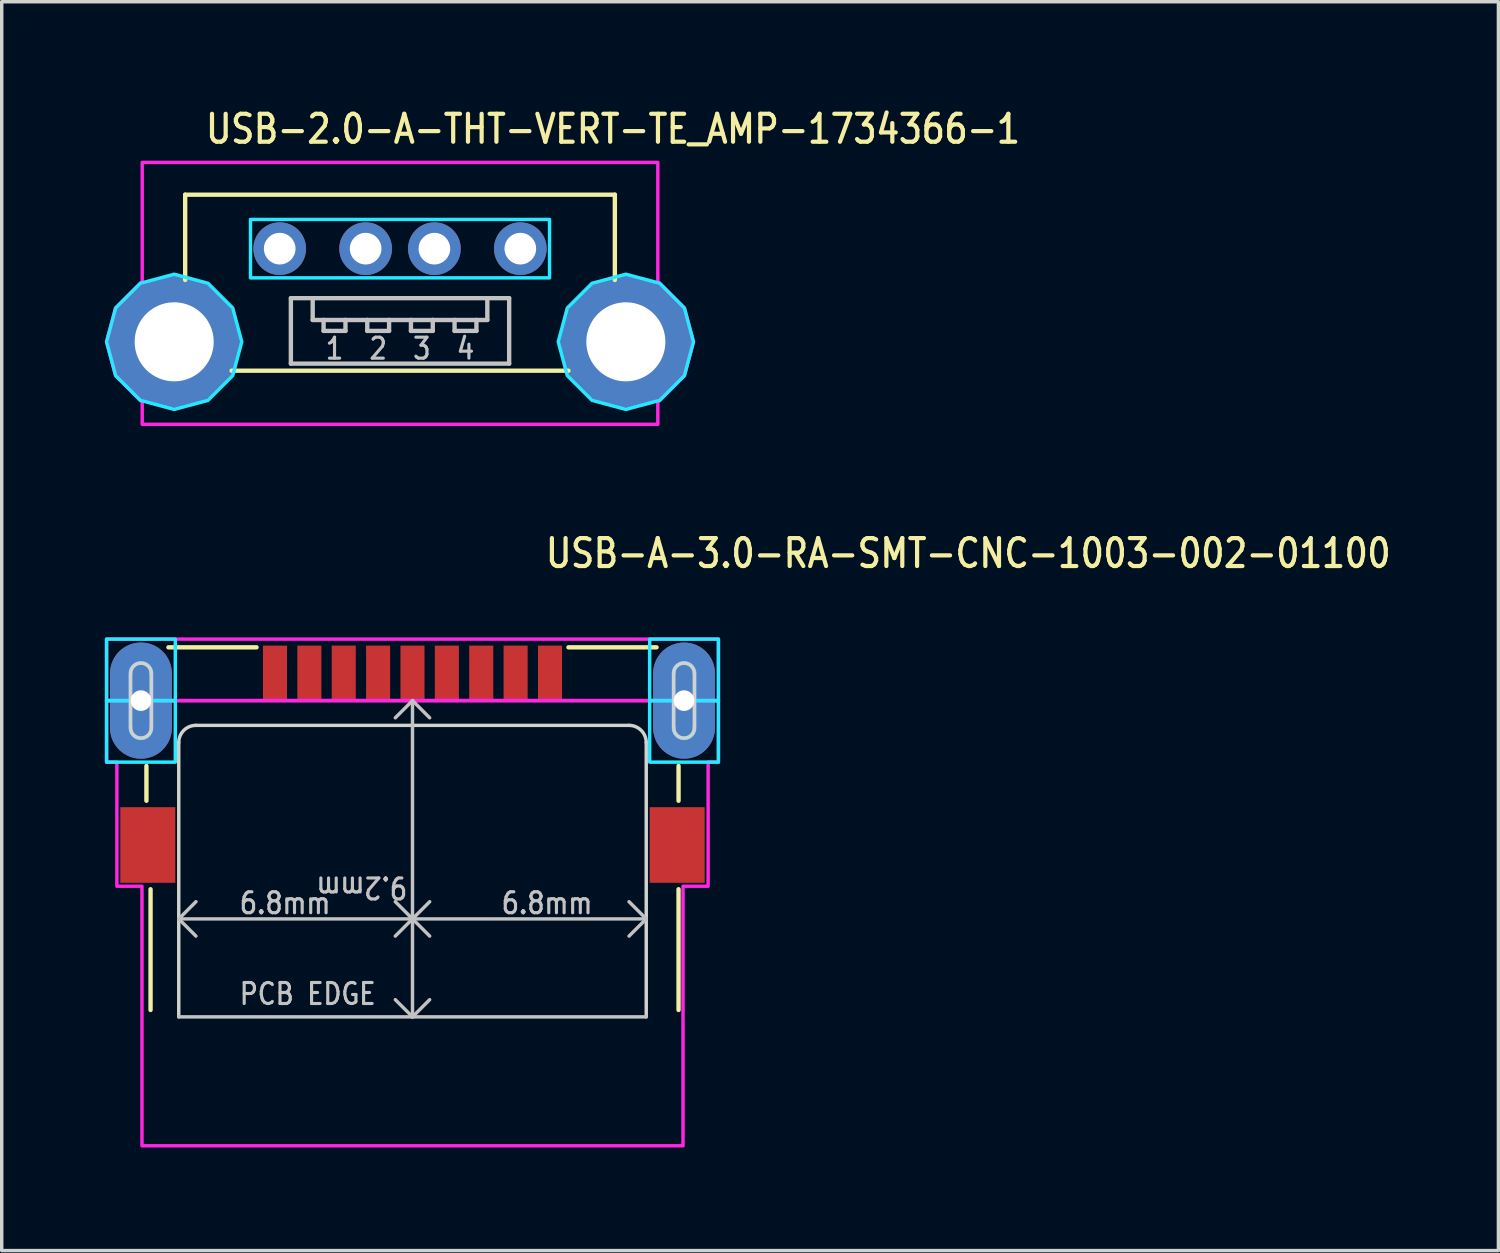
<source format=kicad_pcb>
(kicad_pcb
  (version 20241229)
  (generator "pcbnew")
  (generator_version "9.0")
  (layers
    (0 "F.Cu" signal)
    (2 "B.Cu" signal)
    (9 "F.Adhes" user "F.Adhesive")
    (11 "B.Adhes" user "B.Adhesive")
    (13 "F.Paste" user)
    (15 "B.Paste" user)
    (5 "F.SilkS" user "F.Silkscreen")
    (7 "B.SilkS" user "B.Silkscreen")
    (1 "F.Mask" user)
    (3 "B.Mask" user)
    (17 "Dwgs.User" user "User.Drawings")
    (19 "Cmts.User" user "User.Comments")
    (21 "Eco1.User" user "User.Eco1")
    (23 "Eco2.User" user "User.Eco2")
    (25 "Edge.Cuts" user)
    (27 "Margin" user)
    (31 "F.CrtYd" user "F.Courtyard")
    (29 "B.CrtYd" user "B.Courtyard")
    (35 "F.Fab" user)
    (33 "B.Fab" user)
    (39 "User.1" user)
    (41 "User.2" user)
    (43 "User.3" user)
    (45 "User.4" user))
  (footprint "USB-A-3.0-RA-SMT-CNC-1003-002-01100"
    (layer "F.Cu")
    (at 8.95 17.332)
    (property "Reference" "USB-A-3.0-RA-SMT-CNC-1003-002-01100" (at 3.81 -3.81 0) (unlocked yes) (layer "F.SilkS") (effects (font (size 0.813 0.695) (thickness 0.122)) (justify left bottom)))
    (fp_circle (center -7.9 -0.79) (end -8.8 -0.79) (stroke (width 0) (type solid)) (fill yes) (layer "F.Cu"))
    (fp_circle (center -7.9 0.79) (end -7 0.79) (stroke (width 0) (type solid)) (fill yes) (layer "F.Cu"))
    (fp_circle (center 7.9 -0.79) (end 7 -0.79) (stroke (width 0) (type solid)) (fill yes) (layer "F.Cu"))
    (fp_circle (center 7.9 0.79) (end 8.8 0.79) (stroke (width 0) (type solid)) (fill yes) (layer "F.Cu"))
    (fp_poly (pts (xy -8.8 -0.79) (xy -7 -0.79) (xy -7 0.79) (xy -8.8 0.79)) (stroke (width 0) (type solid)) (fill yes) (layer "F.Cu"))
    (fp_poly (pts (xy 7 -0.79) (xy 8.8 -0.79) (xy 8.8 0.79) (xy 7 0.79)) (stroke (width 0) (type solid)) (fill yes) (layer "F.Cu"))
    (fp_circle (center -7.9 -0.79) (end -8.9 -0.79) (stroke (width 0) (type solid)) (fill yes) (layer "F.Mask"))
    (fp_circle (center -7.9 0.79) (end -6.9 0.79) (stroke (width 0) (type solid)) (fill yes) (layer "F.Mask"))
    (fp_circle (center 7.9 -0.79) (end 6.9 -0.79) (stroke (width 0) (type solid)) (fill yes) (layer "F.Mask"))
    (fp_circle (center 7.9 0.79) (end 8.9 0.79) (stroke (width 0) (type solid)) (fill yes) (layer "F.Mask"))
    (fp_poly (pts (xy -8.9 -0.79) (xy -6.9 -0.79) (xy -6.9 0.79) (xy -8.9 0.79)) (stroke (width 0) (type solid)) (fill yes) (layer "F.Mask"))
    (fp_poly (pts (xy 6.9 -0.79) (xy 8.9 -0.79) (xy 8.9 0.79) (xy 6.9 0.79)) (stroke (width 0) (type solid)) (fill yes) (layer "F.Mask"))
    (fp_circle (center -7.9 -0.79) (end -7 -0.79) (stroke (width 0) (type solid)) (fill yes) (layer "B.Cu"))
    (fp_circle (center -7.9 0.79) (end -8.8 0.79) (stroke (width 0) (type solid)) (fill yes) (layer "B.Cu"))
    (fp_circle (center 7.9 -0.79) (end 8.8 -0.79) (stroke (width 0) (type solid)) (fill yes) (layer "B.Cu"))
    (fp_circle (center 7.9 0.79) (end 7 0.79) (stroke (width 0) (type solid)) (fill yes) (layer "B.Cu"))
    (fp_poly (pts (xy -7 -0.79) (xy -8.8 -0.79) (xy -8.8 0.79) (xy -7 0.79)) (stroke (width 0) (type solid)) (fill yes) (layer "B.Cu"))
    (fp_poly (pts (xy 8.8 -0.79) (xy 7 -0.79) (xy 7 0.79) (xy 8.8 0.79)) (stroke (width 0) (type solid)) (fill yes) (layer "B.Cu"))
    (fp_circle (center -7.9 -0.79) (end -6.9 -0.79) (stroke (width 0) (type solid)) (fill yes) (layer "B.Mask"))
    (fp_circle (center -7.9 0.79) (end -8.9 0.79) (stroke (width 0) (type solid)) (fill yes) (layer "B.Mask"))
    (fp_circle (center 7.9 -0.79) (end 8.9 -0.79) (stroke (width 0) (type solid)) (fill yes) (layer "B.Mask"))
    (fp_circle (center 7.9 0.79) (end 6.9 0.79) (stroke (width 0) (type solid)) (fill yes) (layer "B.Mask"))
    (fp_poly (pts (xy -6.9 -0.79) (xy -8.9 -0.79) (xy -8.9 0.79) (xy -6.9 0.79)) (stroke (width 0) (type solid)) (fill yes) (layer "B.Mask"))
    (fp_poly (pts (xy 8.9 -0.79) (xy 6.9 -0.79) (xy 6.9 0.79) (xy 8.9 0.79)) (stroke (width 0) (type solid)) (fill yes) (layer "B.Mask"))
    (fp_line (start -7.74 1.9) (end -7.74 2.913) (stroke (width 0.127) (type solid)) (layer "F.SilkS"))
    (fp_line (start -7.62 5.487) (end -7.62 9) (stroke (width 0.127) (type solid)) (layer "F.SilkS"))
    (fp_line (start -7.1 -1.55) (end -4.537 -1.55) (stroke (width 0.127) (type solid)) (layer "F.SilkS"))
    (fp_line (start 4.537 -1.55) (end 7.1 -1.55) (stroke (width 0.127) (type solid)) (layer "F.SilkS"))
    (fp_line (start 7.74 1.9) (end 7.74 2.913) (stroke (width 0.127) (type solid)) (layer "F.SilkS"))
    (fp_line (start 7.74 5.487) (end 7.74 9) (stroke (width 0.127) (type solid)) (layer "F.SilkS"))
    (fp_line (start -6.8 6.35) (end -6.3 5.85) (stroke (width 0.1) (type solid)) (layer "Dwgs.User"))
    (fp_line (start -6.8 6.35) (end -6.3 6.85) (stroke (width 0.1) (type solid)) (layer "Dwgs.User"))
    (fp_line (start -6.8 6.35) (end 0 6.35) (stroke (width 0.1) (type solid)) (layer "Dwgs.User"))
    (fp_line (start -6.8 9.2) (end 0 9.2) (stroke (width 0.1) (type solid)) (layer "Dwgs.User"))
    (fp_line (start 0 0) (end -0.5 0.5) (stroke (width 0.1) (type solid)) (layer "Dwgs.User"))
    (fp_line (start 0 0) (end 0 6.35) (stroke (width 0.1) (type solid)) (layer "Dwgs.User"))
    (fp_line (start 0 0) (end 0.5 0.5) (stroke (width 0.1) (type solid)) (layer "Dwgs.User"))
    (fp_line (start 0 6.35) (end -0.5 5.85) (stroke (width 0.1) (type solid)) (layer "Dwgs.User"))
    (fp_line (start 0 6.35) (end -0.5 6.85) (stroke (width 0.1) (type solid)) (layer "Dwgs.User"))
    (fp_line (start 0 6.35) (end 0 9.2) (stroke (width 0.1) (type solid)) (layer "Dwgs.User"))
    (fp_line (start 0 6.35) (end 0.5 5.85) (stroke (width 0.1) (type solid)) (layer "Dwgs.User"))
    (fp_line (start 0 6.35) (end 0.5 6.85) (stroke (width 0.1) (type solid)) (layer "Dwgs.User"))
    (fp_line (start 0 6.35) (end 6.8 6.35) (stroke (width 0.1) (type solid)) (layer "Dwgs.User"))
    (fp_line (start 0 9.2) (end -0.5 8.7) (stroke (width 0.1) (type solid)) (layer "Dwgs.User"))
    (fp_line (start 0 9.2) (end 0.5 8.7) (stroke (width 0.1) (type solid)) (layer "Dwgs.User"))
    (fp_line (start 0 9.2) (end 6.8 9.2) (stroke (width 0.1) (type solid)) (layer "Dwgs.User"))
    (fp_line (start 6.8 6.35) (end 6.3 5.85) (stroke (width 0.1) (type solid)) (layer "Dwgs.User"))
    (fp_line (start 6.8 6.35) (end 6.3 6.85) (stroke (width 0.1) (type solid)) (layer "Dwgs.User"))
    (fp_line (start -8.2 0.79) (end -8.2 -0.79) (stroke (width 0.1) (type solid)) (layer "Edge.Cuts"))
    (fp_line (start -7.6 -0.79) (end -7.6 0.79) (stroke (width 0.1) (type solid)) (layer "Edge.Cuts"))
    (fp_line (start -6.8 9.2) (end -6.8 1.22) (stroke (width 0.1) (type solid)) (layer "Edge.Cuts"))
    (fp_line (start -6.3 0.72) (end 6.3 0.72) (stroke (width 0.1) (type solid)) (layer "Edge.Cuts"))
    (fp_line (start 6.8 1.22) (end 6.8 9.2) (stroke (width 0.1) (type solid)) (layer "Edge.Cuts"))
    (fp_line (start 7.6 0.79) (end 7.6 -0.79) (stroke (width 0.1) (type solid)) (layer "Edge.Cuts"))
    (fp_line (start 8.2 -0.79) (end 8.2 0.79) (stroke (width 0.1) (type solid)) (layer "Edge.Cuts"))
    (fp_arc (start -8.2 -0.79) (mid -7.9 -1.09) (end -7.6 -0.79) (stroke (width 0.1) (type solid)) (layer "Edge.Cuts"))
    (fp_arc (start -7.6 0.79) (mid -7.9 1.09) (end -8.2 0.79) (stroke (width 0.1) (type solid)) (layer "Edge.Cuts"))
    (fp_arc (start -6.8 1.22) (mid -6.653553 0.866447) (end -6.3 0.72) (stroke (width 0.1) (type solid)) (layer "Edge.Cuts"))
    (fp_arc (start 6.3 0.72) (mid 6.653553 0.866447) (end 6.8 1.22) (stroke (width 0.1) (type solid)) (layer "Edge.Cuts"))
    (fp_arc (start 7.6 -0.79) (mid 7.9 -1.09) (end 8.2 -0.79) (stroke (width 0.1) (type solid)) (layer "Edge.Cuts"))
    (fp_arc (start 8.2 0.79) (mid 7.9 1.09) (end 7.6 0.79) (stroke (width 0.1) (type solid)) (layer "Edge.Cuts"))
    (fp_poly (pts (xy -6.9 -1.79) (xy -6.9 0) (xy -7.59 0) (xy -7.59 -0.79) (xy -7.594 -0.841) (xy -7.607 -0.89) (xy -7.628 -0.938) (xy -7.655 -0.98) (xy -7.691 -1.019) (xy -7.73 -1.05) (xy -7.775 -1.074) (xy -7.824 -1.091) (xy -7.875 -1.099) (xy -7.926 -1.099) (xy -7.976 -1.091) (xy -8.025 -1.074) (xy -8.07 -1.05) (xy -8.11 -1.018) (xy -8.145 -0.98) (xy -8.173 -0.938) (xy -8.193 -0.891) (xy -8.206 -0.841) (xy -8.21 -0.79) (xy -8.21 0) (xy -8.9 0) (xy -8.9 -1.79)) (stroke (width 0.1) (type solid)) (fill no) (layer "B.CrtYd"))
    (fp_poly (pts (xy -6.9 0) (xy -6.9 1.79) (xy -8.9 1.79) (xy -8.9 0) (xy -8.21 0) (xy -8.21 0.79) (xy -8.206 0.841) (xy -8.193 0.89) (xy -8.172 0.938) (xy -8.145 0.98) (xy -8.109 1.019) (xy -8.07 1.05) (xy -8.025 1.074) (xy -7.976 1.091) (xy -7.925 1.099) (xy -7.874 1.099) (xy -7.824 1.091) (xy -7.775 1.074) (xy -7.73 1.05) (xy -7.69 1.018) (xy -7.655 0.98) (xy -7.627 0.938) (xy -7.607 0.891) (xy -7.594 0.841) (xy -7.59 0.79) (xy -7.59 0)) (stroke (width 0.1) (type solid)) (fill no) (layer "B.CrtYd"))
    (fp_poly (pts (xy 8.9 -1.79) (xy 8.9 0) (xy 8.21 0) (xy 8.21 -0.79) (xy 8.206 -0.841) (xy 8.193 -0.89) (xy 8.172 -0.938) (xy 8.145 -0.98) (xy 8.109 -1.019) (xy 8.07 -1.05) (xy 8.025 -1.074) (xy 7.976 -1.091) (xy 7.925 -1.099) (xy 7.874 -1.099) (xy 7.824 -1.091) (xy 7.775 -1.074) (xy 7.73 -1.05) (xy 7.69 -1.018) (xy 7.655 -0.98) (xy 7.627 -0.938) (xy 7.607 -0.891) (xy 7.594 -0.841) (xy 7.59 -0.79) (xy 7.59 0) (xy 6.9 0) (xy 6.9 -1.79)) (stroke (width 0.1) (type solid)) (fill no) (layer "B.CrtYd"))
    (fp_poly (pts (xy 8.9 0) (xy 8.9 1.79) (xy 6.9 1.79) (xy 6.9 0) (xy 7.59 0) (xy 7.59 0.79) (xy 7.594 0.841) (xy 7.607 0.89) (xy 7.628 0.938) (xy 7.655 0.98) (xy 7.691 1.019) (xy 7.73 1.05) (xy 7.775 1.074) (xy 7.824 1.091) (xy 7.875 1.099) (xy 7.926 1.099) (xy 7.976 1.091) (xy 8.025 1.074) (xy 8.07 1.05) (xy 8.11 1.018) (xy 8.145 0.98) (xy 8.173 0.938) (xy 8.193 0.891) (xy 8.206 0.841) (xy 8.21 0.79) (xy 8.21 0)) (stroke (width 0.1) (type solid)) (fill no) (layer "B.CrtYd"))
    (fp_poly (pts (xy -8.9 0) (xy -8.9 -1.79) (xy 8.9 -1.79) (xy 8.9 0) (xy 8.21 0) (xy 8.21 -0.79) (xy 8.206 -0.841) (xy 8.193 -0.89) (xy 8.172 -0.938) (xy 8.145 -0.98) (xy 8.109 -1.019) (xy 8.07 -1.05) (xy 8.025 -1.074) (xy 7.976 -1.091) (xy 7.925 -1.099) (xy 7.874 -1.099) (xy 7.824 -1.091) (xy 7.775 -1.074) (xy 7.73 -1.05) (xy 7.69 -1.018) (xy 7.655 -0.98) (xy 7.627 -0.938) (xy 7.607 -0.891) (xy 7.594 -0.841) (xy 7.59 -0.79) (xy 7.59 0) (xy -7.59 0) (xy -7.59 -0.79) (xy -7.594 -0.841) (xy -7.607 -0.89) (xy -7.628 -0.938) (xy -7.655 -0.98) (xy -7.691 -1.019) (xy -7.73 -1.05) (xy -7.775 -1.074) (xy -7.824 -1.091) (xy -7.875 -1.099) (xy -7.926 -1.099) (xy -7.976 -1.091) (xy -8.025 -1.074) (xy -8.07 -1.05) (xy -8.11 -1.018) (xy -8.145 -0.98) (xy -8.173 -0.938) (xy -8.193 -0.891) (xy -8.206 -0.841) (xy -8.21 -0.79) (xy -8.21 0)) (stroke (width 0.1) (type solid)) (fill no) (layer "F.CrtYd"))
    (fp_poly (pts (xy -7.87 5.4) (xy -8.6 5.4) (xy -8.6 1.79) (xy -8.9 1.79) (xy -8.9 0) (xy -8.21 0) (xy -8.21 0.79) (xy -8.206 0.841) (xy -8.193 0.89) (xy -8.172 0.938) (xy -8.145 0.98) (xy -8.109 1.019) (xy -8.07 1.05) (xy -8.025 1.074) (xy -7.976 1.091) (xy -7.925 1.099) (xy -7.874 1.099) (xy -7.824 1.091) (xy -7.775 1.074) (xy -7.73 1.05) (xy -7.69 1.018) (xy -7.655 0.98) (xy -7.627 0.938) (xy -7.607 0.891) (xy -7.594 0.841) (xy -7.59 0.79) (xy -7.59 0) (xy 7.59 0) (xy 7.59 0.79) (xy 7.594 0.841) (xy 7.607 0.89) (xy 7.628 0.938) (xy 7.655 0.98) (xy 7.691 1.019) (xy 7.73 1.05) (xy 7.775 1.074) (xy 7.824 1.091) (xy 7.875 1.099) (xy 7.926 1.099) (xy 7.976 1.091) (xy 8.025 1.074) (xy 8.07 1.05) (xy 8.11 1.018) (xy 8.145 0.98) (xy 8.173 0.938) (xy 8.193 0.891) (xy 8.206 0.841) (xy 8.21 0.79) (xy 8.21 0) (xy 8.9 0) (xy 8.9 1.79) (xy 8.6 1.79) (xy 8.6 5.4) (xy 7.87 5.4) (xy 7.87 12.95) (xy -7.87 12.95)) (stroke (width 0.1) (type solid)) (fill no) (layer "F.CrtYd"))
    (fp_text user "6.8mm" (at 2.54 6.25 0) (unlocked yes) (layer "Dwgs.User") (effects (font (size 0.61 0.521) (thickness 0.091)) (justify left bottom)))
    (fp_text user "6.8mm" (at -5.08 6.25 0) (unlocked yes) (layer "Dwgs.User") (effects (font (size 0.61 0.521) (thickness 0.091)) (justify left bottom)))
    (fp_text user "PCB EDGE" (at -5.08 8.89 0) (unlocked yes) (layer "Dwgs.User") (effects (font (size 0.61 0.521) (thickness 0.091)) (justify left bottom)))
    (fp_text user "9.2mm" (at -0.1 5.08 180) (unlocked yes) (layer "Dwgs.User") (effects (font (size 0.61 0.521) (thickness 0.091)) (justify left bottom)))
    (pad "1" smd rect (at -3 -0.8) (size 0.7 1.6) (layers "F.Cu" "F.Mask" "F.Paste"))
    (pad "2" smd rect (at -1 -0.8) (size 0.7 1.6) (layers "F.Cu" "F.Mask" "F.Paste"))
    (pad "3" smd rect (at 1 -0.8) (size 0.7 1.6) (layers "F.Cu" "F.Mask" "F.Paste"))
    (pad "4" smd rect (at 3 -0.8) (size 0.7 1.6) (layers "F.Cu" "F.Mask" "F.Paste"))
    (pad "5" smd rect (at 4 -0.8) (size 0.7 1.6) (layers "F.Cu" "F.Mask" "F.Paste"))
    (pad "6" smd rect (at 2 -0.8) (size 0.7 1.6) (layers "F.Cu" "F.Mask" "F.Paste"))
    (pad "7" smd rect (at 0 -0.8) (size 0.7 1.6) (layers "F.Cu" "F.Mask" "F.Paste"))
    (pad "8" smd rect (at -2 -0.8) (size 0.7 1.6) (layers "F.Cu" "F.Mask" "F.Paste"))
    (pad "9" smd rect (at -4 -0.8) (size 0.7 1.6) (layers "F.Cu" "F.Mask" "F.Paste"))
    (pad "S_1" smd rect (at -7.7 4.2) (size 1.6 2.2) (layers "F.Cu" "F.Mask" "F.Paste"))
    (pad "S_2" smd rect (at 7.7 4.2) (size 1.6 2.2) (layers "F.Cu" "F.Mask" "F.Paste"))
    (pad "S_3" thru_hole oval (at -7.9 0) (size 1 1) (drill 0.6) (layers "*.Cu" "*.Mask"))
    (pad "S_4" thru_hole oval (at 7.9 0) (size 1 1) (drill 0.6) (layers "*.Cu" "*.Mask")))
  (footprint "USB-2.0-A-THT-VERT-TE_AMP-1734366-1"
    (layer "F.Cu")
    (at 8.587 6.894)
    (property "Reference" "USB-2.0-A-THT-VERT-TE_AMP-1734366-1" (at -5.715 -5.715 0) (unlocked yes) (layer "F.SilkS") (effects (font (size 0.813 0.695) (thickness 0.122)) (justify left bottom)))
    (fp_line (start -6.25 -4.28) (end 6.25 -4.28) (stroke (width 0.127) (type solid)) (layer "F.SilkS"))
    (fp_line (start -6.25 -1.8) (end -6.25 -4.28) (stroke (width 0.127) (type solid)) (layer "F.SilkS"))
    (fp_line (start -4.9 0.84) (end 4.9 0.84) (stroke (width 0.127) (type solid)) (layer "F.SilkS"))
    (fp_line (start 6.25 -4.28) (end 6.25 -1.8) (stroke (width 0.127) (type solid)) (layer "F.SilkS"))
    (fp_line (start -3.175 -1.27) (end -2.54 -1.27) (stroke (width 0.127) (type solid)) (layer "Dwgs.User"))
    (fp_line (start -3.175 0.635) (end -3.175 -1.27) (stroke (width 0.127) (type solid)) (layer "Dwgs.User"))
    (fp_line (start -2.54 -1.27) (end -2.54 -0.635) (stroke (width 0.127) (type solid)) (layer "Dwgs.User"))
    (fp_line (start -2.54 -1.27) (end 2.54 -1.27) (stroke (width 0.127) (type solid)) (layer "Dwgs.User"))
    (fp_line (start -2.54 -0.635) (end -2.223 -0.635) (stroke (width 0.127) (type solid)) (layer "Dwgs.User"))
    (fp_line (start -2.223 -0.635) (end -2.223 -0.318) (stroke (width 0.127) (type solid)) (layer "Dwgs.User"))
    (fp_line (start -2.223 -0.635) (end -1.587 -0.635) (stroke (width 0.127) (type solid)) (layer "Dwgs.User"))
    (fp_line (start -2.223 -0.318) (end -1.587 -0.318) (stroke (width 0.127) (type solid)) (layer "Dwgs.User"))
    (fp_line (start -1.587 -0.635) (end -0.953 -0.635) (stroke (width 0.127) (type solid)) (layer "Dwgs.User"))
    (fp_line (start -1.587 -0.318) (end -1.587 -0.635) (stroke (width 0.127) (type solid)) (layer "Dwgs.User"))
    (fp_line (start -0.953 -0.635) (end -0.953 -0.318) (stroke (width 0.127) (type solid)) (layer "Dwgs.User"))
    (fp_line (start -0.953 -0.635) (end -0.318 -0.635) (stroke (width 0.127) (type solid)) (layer "Dwgs.User"))
    (fp_line (start -0.953 -0.318) (end -0.318 -0.318) (stroke (width 0.127) (type solid)) (layer "Dwgs.User"))
    (fp_line (start -0.318 -0.635) (end 0.318 -0.635) (stroke (width 0.127) (type solid)) (layer "Dwgs.User"))
    (fp_line (start -0.318 -0.318) (end -0.318 -0.635) (stroke (width 0.127) (type solid)) (layer "Dwgs.User"))
    (fp_line (start 0.318 -0.635) (end 0.318 -0.318) (stroke (width 0.127) (type solid)) (layer "Dwgs.User"))
    (fp_line (start 0.318 -0.635) (end 0.953 -0.635) (stroke (width 0.127) (type solid)) (layer "Dwgs.User"))
    (fp_line (start 0.318 -0.318) (end 0.953 -0.318) (stroke (width 0.127) (type solid)) (layer "Dwgs.User"))
    (fp_line (start 0.953 -0.635) (end 1.587 -0.635) (stroke (width 0.127) (type solid)) (layer "Dwgs.User"))
    (fp_line (start 0.953 -0.318) (end 0.953 -0.635) (stroke (width 0.127) (type solid)) (layer "Dwgs.User"))
    (fp_line (start 1.587 -0.635) (end 1.587 -0.318) (stroke (width 0.127) (type solid)) (layer "Dwgs.User"))
    (fp_line (start 1.587 -0.635) (end 2.223 -0.635) (stroke (width 0.127) (type solid)) (layer "Dwgs.User"))
    (fp_line (start 1.587 -0.318) (end 2.223 -0.318) (stroke (width 0.127) (type solid)) (layer "Dwgs.User"))
    (fp_line (start 2.223 -0.635) (end 2.54 -0.635) (stroke (width 0.127) (type solid)) (layer "Dwgs.User"))
    (fp_line (start 2.223 -0.318) (end 2.223 -0.635) (stroke (width 0.127) (type solid)) (layer "Dwgs.User"))
    (fp_line (start 2.54 -1.27) (end 3.175 -1.27) (stroke (width 0.127) (type solid)) (layer "Dwgs.User"))
    (fp_line (start 2.54 -0.635) (end 2.54 -1.27) (stroke (width 0.127) (type solid)) (layer "Dwgs.User"))
    (fp_line (start 3.175 -1.27) (end 3.175 0.635) (stroke (width 0.127) (type solid)) (layer "Dwgs.User"))
    (fp_line (start 3.175 0.635) (end -3.175 0.635) (stroke (width 0.127) (type solid)) (layer "Dwgs.User"))
    (fp_poly (pts (xy -4.35 -1.86) (xy -4.35 -3.56) (xy 4.35 -3.56) (xy 4.35 -1.86)) (stroke (width 0.1) (type solid)) (fill no) (layer "B.CrtYd"))
    (fp_poly (pts (xy -4.603 0) (xy -4.867 -0.984) (xy -5.586 -1.703) (xy -6.57 -1.967) (xy -7.554 -1.703) (xy -8.273 -0.984) (xy -8.537 0) (xy -8.273 0.984) (xy -7.554 1.703) (xy -6.57 1.967) (xy -5.586 1.703) (xy -4.867 0.984)) (stroke (width 0.1) (type solid)) (fill no) (layer "B.CrtYd"))
    (fp_poly (pts (xy 8.537 0) (xy 8.273 -0.984) (xy 7.554 -1.703) (xy 6.57 -1.967) (xy 5.586 -1.703) (xy 4.867 -0.984) (xy 4.603 0) (xy 4.867 0.984) (xy 5.586 1.703) (xy 6.57 1.967) (xy 7.554 1.703) (xy 8.273 0.984)) (stroke (width 0.1) (type solid)) (fill no) (layer "B.CrtYd"))
    (fp_poly (pts (xy -7.5 -1.758) (xy -7.5 -5.22) (xy 7.5 -5.22) (xy 7.5 -1.758) (xy 8.273 -0.984) (xy 8.537 0) (xy 8.273 0.984) (xy 7.5 1.758) (xy 7.5 2.4) (xy -7.5 2.4) (xy -7.5 1.758) (xy -8.273 0.984) (xy -8.537 0) (xy -8.273 -0.984)) (stroke (width 0.1) (type solid)) (fill no) (layer "F.CrtYd"))
    (fp_text user "1" (at -1.905 -0.159 0) (unlocked yes) (layer "Dwgs.User") (effects (font (size 0.61 0.521) (thickness 0.091)) (justify top)))
    (fp_text user "2" (at -0.635 -0.159 0) (unlocked yes) (layer "Dwgs.User") (effects (font (size 0.61 0.521) (thickness 0.091)) (justify top)))
    (fp_text user "4" (at 1.905 -0.159 0) (unlocked yes) (layer "Dwgs.User") (effects (font (size 0.61 0.521) (thickness 0.091)) (justify top)))
    (fp_text user "3" (at 0.635 -0.159 0) (unlocked yes) (layer "Dwgs.User") (effects (font (size 0.61 0.521) (thickness 0.091)) (justify top)))
    (pad "1" thru_hole oval (at -3.5 -2.71) (size 1.533 1.533) (drill 0.92) (layers "*.Cu" "*.Mask"))
    (pad "2" thru_hole oval (at -1 -2.71) (size 1.533 1.533) (drill 0.92) (layers "*.Cu" "*.Mask"))
    (pad "3" thru_hole oval (at 1 -2.71) (size 1.533 1.533) (drill 0.92) (layers "*.Cu" "*.Mask"))
    (pad "4" thru_hole oval (at 3.5 -2.71) (size 1.533 1.533) (drill 0.92) (layers "*.Cu" "*.Mask"))
    (pad "S_1" thru_hole oval (at -6.57 0) (size 3.833 3.833) (drill 2.3) (layers "*.Cu" "*.Mask"))
    (pad "S_2" thru_hole oval (at 6.57 0) (size 3.833 3.833) (drill 2.3) (layers "*.Cu" "*.Mask")))
  (gr_rect
    (start -3 -3)
    (end 40.541 33.332)
    (stroke (width 0.1) (type default))
    (fill no)
    (layer "Edge.Cuts")))
</source>
